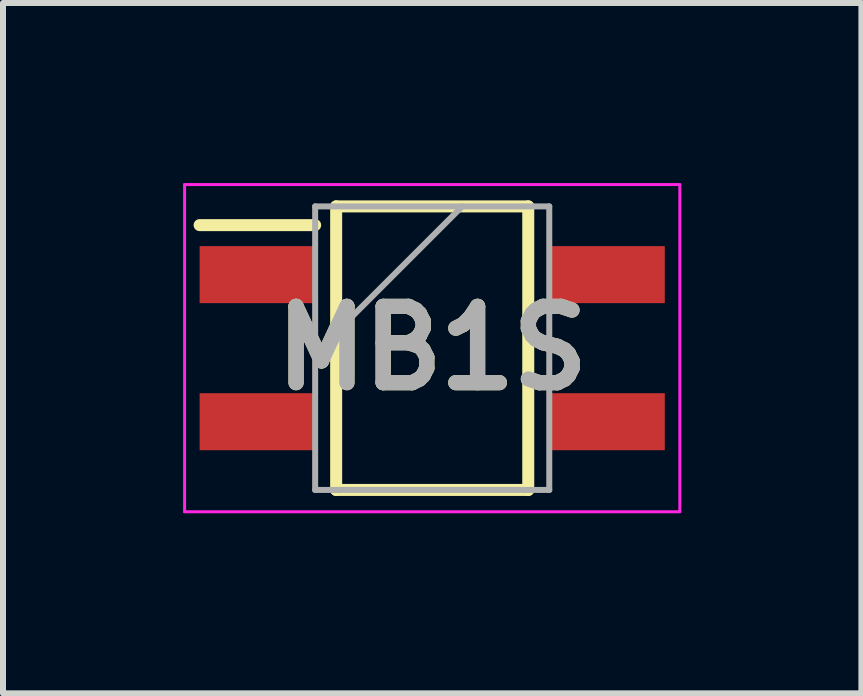
<source format=kicad_pcb>
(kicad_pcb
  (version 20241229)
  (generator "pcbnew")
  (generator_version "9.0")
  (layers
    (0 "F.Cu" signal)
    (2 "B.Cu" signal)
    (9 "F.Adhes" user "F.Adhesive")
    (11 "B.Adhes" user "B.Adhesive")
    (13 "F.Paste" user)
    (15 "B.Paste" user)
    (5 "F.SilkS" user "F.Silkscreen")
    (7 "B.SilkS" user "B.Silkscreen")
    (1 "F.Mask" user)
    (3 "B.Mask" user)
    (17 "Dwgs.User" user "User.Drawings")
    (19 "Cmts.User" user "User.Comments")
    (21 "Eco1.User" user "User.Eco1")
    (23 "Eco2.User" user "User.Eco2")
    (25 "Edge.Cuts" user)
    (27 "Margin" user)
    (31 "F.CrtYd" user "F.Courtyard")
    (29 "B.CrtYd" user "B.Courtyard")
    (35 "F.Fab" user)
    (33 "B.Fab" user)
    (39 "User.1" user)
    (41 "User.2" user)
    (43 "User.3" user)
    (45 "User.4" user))
  (footprint "MB1S"
    (layer "F.Cu")
    (at 4.15 2.75)
    (property "Reference" "MB1S" (at 0 0 0) (layer "F.SilkS") (effects (font (size 1.27 1.27) (thickness 0.254))))
    (attr smd)
    (fp_line (start -3.875 -2.05) (end -1.95 -2.05) (stroke (width 0.2) (type solid)) (layer "F.SilkS"))
    (fp_line (start -1.6 -2.362) (end 1.6 -2.362) (stroke (width 0.2) (type solid)) (layer "F.SilkS"))
    (fp_line (start -1.6 2.362) (end -1.6 -2.362) (stroke (width 0.2) (type solid)) (layer "F.SilkS"))
    (fp_line (start 1.6 -2.362) (end 1.6 2.362) (stroke (width 0.2) (type solid)) (layer "F.SilkS"))
    (fp_line (start 1.6 2.362) (end -1.6 2.362) (stroke (width 0.2) (type solid)) (layer "F.SilkS"))
    (fp_line (start -4.125 -2.725) (end 4.125 -2.725) (stroke (width 0.05) (type solid)) (layer "F.CrtYd"))
    (fp_line (start -4.125 2.725) (end -4.125 -2.725) (stroke (width 0.05) (type solid)) (layer "F.CrtYd"))
    (fp_line (start 4.125 -2.725) (end 4.125 2.725) (stroke (width 0.05) (type solid)) (layer "F.CrtYd"))
    (fp_line (start 4.125 2.725) (end -4.125 2.725) (stroke (width 0.05) (type solid)) (layer "F.CrtYd"))
    (fp_line (start -1.95 -2.362) (end 1.95 -2.362) (stroke (width 0.1) (type solid)) (layer "F.Fab"))
    (fp_line (start -1.95 0.088) (end 0.5 -2.362) (stroke (width 0.1) (type solid)) (layer "F.Fab"))
    (fp_line (start -1.95 2.362) (end -1.95 -2.362) (stroke (width 0.1) (type solid)) (layer "F.Fab"))
    (fp_line (start 1.95 -2.362) (end 1.95 2.362) (stroke (width 0.1) (type solid)) (layer "F.Fab"))
    (fp_line (start 1.95 2.362) (end -1.95 2.362) (stroke (width 0.1) (type solid)) (layer "F.Fab"))
    (fp_text user "${REFERENCE}" (at 0 0 0) (layer "F.Fab") (effects (font (size 1.27 1.27) (thickness 0.254))))
    (pad "1" smd rect (at -2.912 -1.225 90) (size 0.95 1.925) (layers "F.Cu" "F.Mask" "F.Paste"))
    (pad "2" smd rect (at -2.912 1.225 90) (size 0.95 1.925) (layers "F.Cu" "F.Mask" "F.Paste"))
    (pad "3" smd rect (at 2.912 1.225 90) (size 0.95 1.925) (layers "F.Cu" "F.Mask" "F.Paste"))
    (pad "4" smd rect (at 2.912 -1.225 90) (size 0.95 1.925) (layers "F.Cu" "F.Mask" "F.Paste")))
  (gr_rect
    (start -3 -3)
    (end 11.3 8.5)
    (stroke (width 0.1) (type default))
    (fill no)
    (layer "Edge.Cuts")))
</source>
